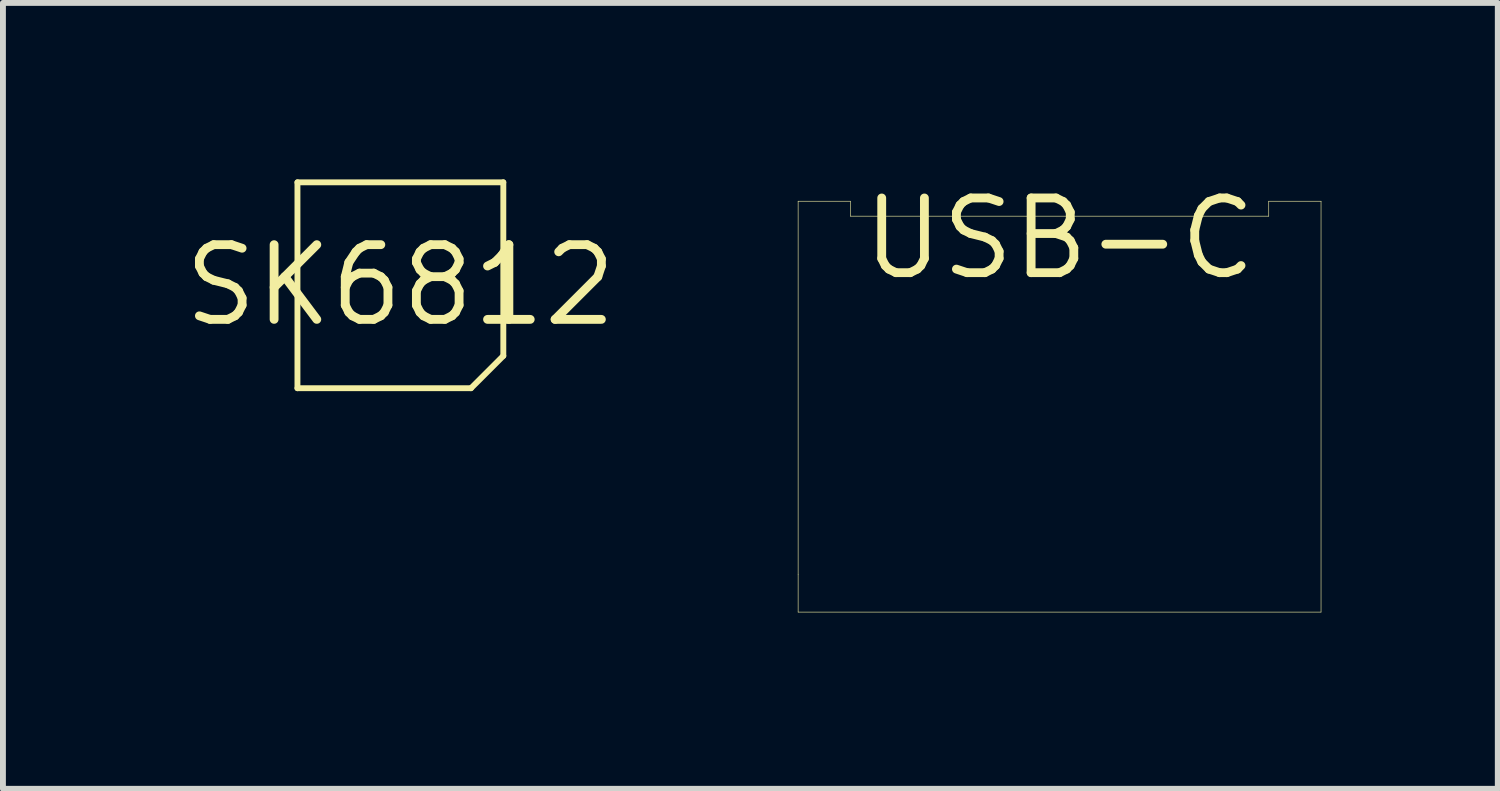
<source format=kicad_pcb>
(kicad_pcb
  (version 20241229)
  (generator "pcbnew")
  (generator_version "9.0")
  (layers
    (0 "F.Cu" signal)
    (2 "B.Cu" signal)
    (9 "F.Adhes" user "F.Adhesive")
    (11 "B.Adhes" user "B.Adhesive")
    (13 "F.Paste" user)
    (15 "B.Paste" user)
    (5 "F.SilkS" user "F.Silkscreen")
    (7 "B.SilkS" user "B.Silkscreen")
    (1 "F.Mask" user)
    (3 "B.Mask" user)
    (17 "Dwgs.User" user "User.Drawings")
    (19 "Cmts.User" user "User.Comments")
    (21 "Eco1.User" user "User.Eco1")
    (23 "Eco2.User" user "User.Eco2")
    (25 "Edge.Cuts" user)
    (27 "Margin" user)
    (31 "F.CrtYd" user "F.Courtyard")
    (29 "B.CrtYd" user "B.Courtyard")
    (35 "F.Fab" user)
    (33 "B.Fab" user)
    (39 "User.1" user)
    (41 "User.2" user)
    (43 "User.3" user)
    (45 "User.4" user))
  (footprint "USB-C"
    (layer "F.Cu")
    (at 14.964 1.006)
    (property "Reference" "USB-C" (at 0 0 0) (layer "F.SilkS") (effects (font (size 1.27 1.27) (thickness 0.15))))
    (attr through_hole)
    (fp_line (start -4.445 -0.635) (end -3.556 -0.635) (stroke (width 0.01) (type solid)) (layer "F.SilkS"))
    (fp_line (start -4.445 5.715) (end -4.445 -0.635) (stroke (width 0.01) (type solid)) (layer "F.SilkS"))
    (fp_line (start -4.445 6.35) (end -4.445 5.715) (stroke (width 0.01) (type solid)) (layer "F.SilkS"))
    (fp_line (start -4.445 6.35) (end 4.445 6.35) (stroke (width 0.01) (type solid)) (layer "F.SilkS"))
    (fp_line (start -3.556 -0.381) (end -3.556 -0.635) (stroke (width 0.01) (type solid)) (layer "F.SilkS"))
    (fp_line (start -3.556 -0.381) (end 3.556 -0.381) (stroke (width 0.01) (type solid)) (layer "F.SilkS"))
    (fp_line (start 3.556 -0.635) (end 4.445 -0.635) (stroke (width 0.01) (type solid)) (layer "F.SilkS"))
    (fp_line (start 3.556 -0.381) (end 3.556 -0.635) (stroke (width 0.01) (type solid)) (layer "F.SilkS"))
    (fp_line (start 4.445 6.35) (end 4.445 -0.635) (stroke (width 0.01) (type solid)) (layer "F.SilkS")))
  (footprint "SK6812"
    (layer "F.Cu")
    (at 3.757 1.8)
    (property "Reference" "SK6812" (at 0 0 0) (layer "F.SilkS") (effects (font (size 1.27 1.27) (thickness 0.15))))
    (attr through_hole)
    (fp_line (start -1.75 -1.75) (end 1.75 -1.75) (stroke (width 0.1) (type solid)) (layer "F.SilkS"))
    (fp_line (start -1.75 1.75) (end -1.75 -1.75) (stroke (width 0.1) (type solid)) (layer "F.SilkS"))
    (fp_line (start -1.75 1.75) (end 1.2 1.75) (stroke (width 0.1) (type solid)) (layer "F.SilkS"))
    (fp_line (start 1.2 1.75) (end 1.75 1.2) (stroke (width 0.1) (type solid)) (layer "F.SilkS"))
    (fp_line (start 1.75 1.2) (end 1.75 -1.75) (stroke (width 0.1) (type solid)) (layer "F.SilkS")))
  (gr_rect
    (start -3 -3)
    (end 22.414 10.361)
    (stroke (width 0.1) (type default))
    (fill no)
    (layer "Edge.Cuts")))
</source>
